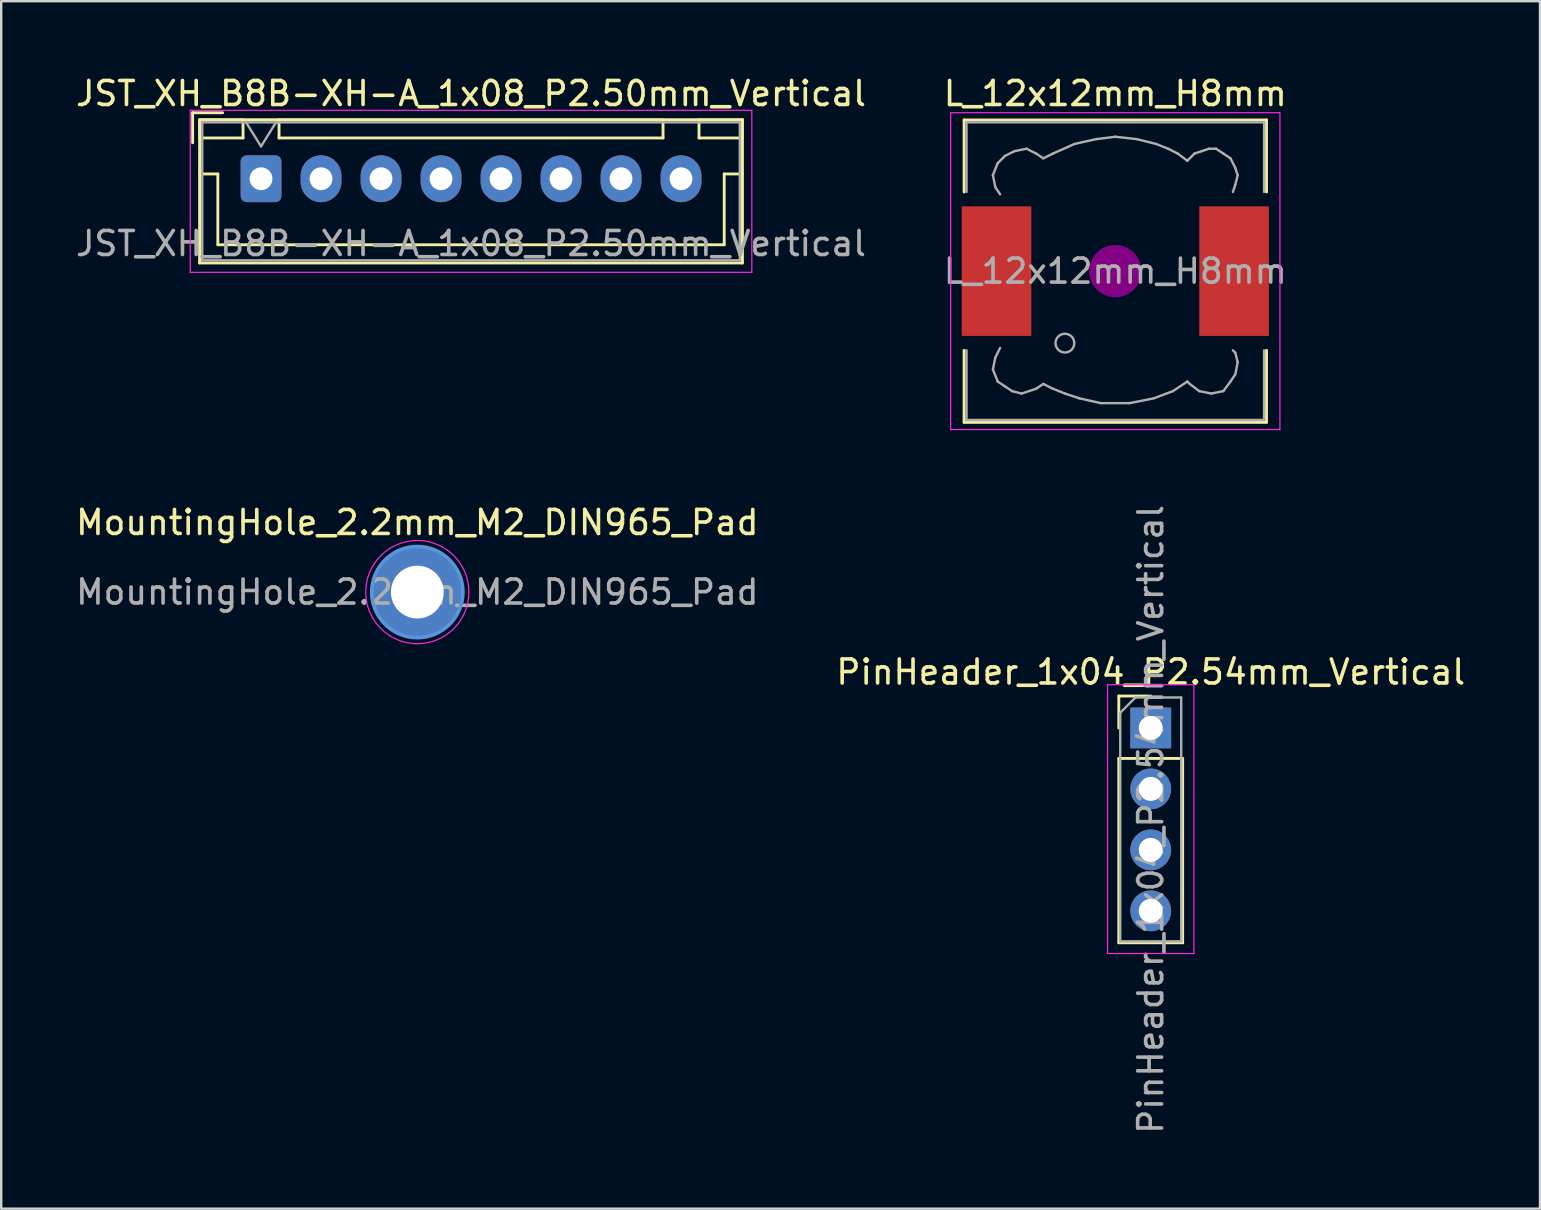
<source format=kicad_pcb>
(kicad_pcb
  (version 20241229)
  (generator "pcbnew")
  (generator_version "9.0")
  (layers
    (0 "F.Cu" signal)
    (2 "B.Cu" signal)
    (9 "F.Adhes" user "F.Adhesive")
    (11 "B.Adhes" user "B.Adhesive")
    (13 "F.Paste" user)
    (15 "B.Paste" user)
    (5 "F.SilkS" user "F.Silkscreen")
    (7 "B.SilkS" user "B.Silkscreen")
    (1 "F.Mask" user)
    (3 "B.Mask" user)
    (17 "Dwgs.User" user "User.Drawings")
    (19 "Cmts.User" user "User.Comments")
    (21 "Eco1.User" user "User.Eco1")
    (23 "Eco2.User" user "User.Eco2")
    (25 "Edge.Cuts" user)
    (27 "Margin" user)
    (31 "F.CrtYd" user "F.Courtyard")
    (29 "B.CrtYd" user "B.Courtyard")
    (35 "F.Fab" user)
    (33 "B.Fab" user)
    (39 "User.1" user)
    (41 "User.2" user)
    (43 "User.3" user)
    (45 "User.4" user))
  (footprint "PinHeader_1x04_P2.54mm_Vertical"
    (layer "F.Cu")
    (at 44.899 27.283)
    (property "Reference" "PinHeader_1x04_P2.54mm_Vertical" (at 0 -2.33 0) (layer "F.SilkS") (effects (font (size 1 1) (thickness 0.15))))
    (attr through_hole)
    (fp_line (start -1.33 -1.33) (end 0 -1.33) (stroke (width 0.12) (type solid)) (layer "F.SilkS"))
    (fp_line (start -1.33 0) (end -1.33 -1.33) (stroke (width 0.12) (type solid)) (layer "F.SilkS"))
    (fp_line (start -1.33 1.27) (end -1.33 8.95) (stroke (width 0.12) (type solid)) (layer "F.SilkS"))
    (fp_line (start -1.33 1.27) (end 1.33 1.27) (stroke (width 0.12) (type solid)) (layer "F.SilkS"))
    (fp_line (start -1.33 8.95) (end 1.33 8.95) (stroke (width 0.12) (type solid)) (layer "F.SilkS"))
    (fp_line (start 1.33 1.27) (end 1.33 8.95) (stroke (width 0.12) (type solid)) (layer "F.SilkS"))
    (fp_line (start -1.8 -1.8) (end -1.8 9.4) (stroke (width 0.05) (type solid)) (layer "F.CrtYd"))
    (fp_line (start -1.8 9.4) (end 1.8 9.4) (stroke (width 0.05) (type solid)) (layer "F.CrtYd"))
    (fp_line (start 1.8 -1.8) (end -1.8 -1.8) (stroke (width 0.05) (type solid)) (layer "F.CrtYd"))
    (fp_line (start 1.8 9.4) (end 1.8 -1.8) (stroke (width 0.05) (type solid)) (layer "F.CrtYd"))
    (fp_line (start -1.27 -0.635) (end -0.635 -1.27) (stroke (width 0.1) (type solid)) (layer "F.Fab"))
    (fp_line (start -1.27 8.89) (end -1.27 -0.635) (stroke (width 0.1) (type solid)) (layer "F.Fab"))
    (fp_line (start -0.635 -1.27) (end 1.27 -1.27) (stroke (width 0.1) (type solid)) (layer "F.Fab"))
    (fp_line (start 1.27 -1.27) (end 1.27 8.89) (stroke (width 0.1) (type solid)) (layer "F.Fab"))
    (fp_line (start 1.27 8.89) (end -1.27 8.89) (stroke (width 0.1) (type solid)) (layer "F.Fab"))
    (fp_text user "${REFERENCE}" (at 0 3.81 90) (layer "F.Fab") (effects (font (size 1 1) (thickness 0.15))))
    (pad "1" thru_hole rect (at 0 0) (size 1.7 1.7) (drill 1) (layers "*.Cu" "*.Mask"))
    (pad "2" thru_hole oval (at 0 2.54) (size 1.7 1.7) (drill 1) (layers "*.Cu" "*.Mask"))
    (pad "3" thru_hole oval (at 0 5.08) (size 1.7 1.7) (drill 1) (layers "*.Cu" "*.Mask"))
    (pad "4" thru_hole oval (at 0 7.62) (size 1.7 1.7) (drill 1) (layers "*.Cu" "*.Mask")))
  (footprint "MountingHole_2.2mm_M2_DIN965_Pad"
    (layer "F.Cu")
    (at 14.339 21.622)
    (property "Reference" "MountingHole_2.2mm_M2_DIN965_Pad" (at 0 -2.9 0) (layer "F.SilkS") (effects (font (size 1 1) (thickness 0.15))))
    (attr exclude_from_pos_files exclude_from_bom)
    (fp_circle (center 0 0) (end 1.9 0) (stroke (width 0.15) (type solid)) (fill no) (layer "Cmts.User"))
    (fp_circle (center 0 0) (end 2.15 0) (stroke (width 0.05) (type solid)) (fill no) (layer "F.CrtYd"))
    (fp_text user "${REFERENCE}" (at 0 0 0) (layer "F.Fab") (effects (font (size 1 1) (thickness 0.15))))
    (pad "1" thru_hole circle (at 0 0) (size 3.8 3.8) (drill 2.2) (layers "*.Cu" "*.Mask")))
  (footprint "JST_XH_B8B-XH-A_1x08_P2.50mm_Vertical"
    (layer "F.Cu")
    (at 7.827 4.398)
    (property "Reference" "JST_XH_B8B-XH-A_1x08_P2.50mm_Vertical" (at 8.75 -3.55 0) (layer "F.SilkS") (effects (font (size 1 1) (thickness 0.15))))
    (attr through_hole)
    (fp_line (start -2.85 -2.75) (end -2.85 -1.5) (stroke (width 0.12) (type solid)) (layer "F.SilkS"))
    (fp_line (start -2.56 -2.46) (end -2.56 3.51) (stroke (width 0.12) (type solid)) (layer "F.SilkS"))
    (fp_line (start -2.56 3.51) (end 20.06 3.51) (stroke (width 0.12) (type solid)) (layer "F.SilkS"))
    (fp_line (start -2.55 -2.45) (end -2.55 -1.7) (stroke (width 0.12) (type solid)) (layer "F.SilkS"))
    (fp_line (start -2.55 -1.7) (end -0.75 -1.7) (stroke (width 0.12) (type solid)) (layer "F.SilkS"))
    (fp_line (start -2.55 -0.2) (end -1.8 -0.2) (stroke (width 0.12) (type solid)) (layer "F.SilkS"))
    (fp_line (start -1.8 -0.2) (end -1.8 2.75) (stroke (width 0.12) (type solid)) (layer "F.SilkS"))
    (fp_line (start -1.8 2.75) (end 8.75 2.75) (stroke (width 0.12) (type solid)) (layer "F.SilkS"))
    (fp_line (start -1.6 -2.75) (end -2.85 -2.75) (stroke (width 0.12) (type solid)) (layer "F.SilkS"))
    (fp_line (start -0.75 -2.45) (end -2.55 -2.45) (stroke (width 0.12) (type solid)) (layer "F.SilkS"))
    (fp_line (start -0.75 -1.7) (end -0.75 -2.45) (stroke (width 0.12) (type solid)) (layer "F.SilkS"))
    (fp_line (start 0.75 -2.45) (end 0.75 -1.7) (stroke (width 0.12) (type solid)) (layer "F.SilkS"))
    (fp_line (start 0.75 -1.7) (end 16.75 -1.7) (stroke (width 0.12) (type solid)) (layer "F.SilkS"))
    (fp_line (start 16.75 -2.45) (end 0.75 -2.45) (stroke (width 0.12) (type solid)) (layer "F.SilkS"))
    (fp_line (start 16.75 -1.7) (end 16.75 -2.45) (stroke (width 0.12) (type solid)) (layer "F.SilkS"))
    (fp_line (start 18.25 -2.45) (end 18.25 -1.7) (stroke (width 0.12) (type solid)) (layer "F.SilkS"))
    (fp_line (start 18.25 -1.7) (end 20.05 -1.7) (stroke (width 0.12) (type solid)) (layer "F.SilkS"))
    (fp_line (start 19.3 -0.2) (end 19.3 2.75) (stroke (width 0.12) (type solid)) (layer "F.SilkS"))
    (fp_line (start 19.3 2.75) (end 8.75 2.75) (stroke (width 0.12) (type solid)) (layer "F.SilkS"))
    (fp_line (start 20.05 -2.45) (end 18.25 -2.45) (stroke (width 0.12) (type solid)) (layer "F.SilkS"))
    (fp_line (start 20.05 -1.7) (end 20.05 -2.45) (stroke (width 0.12) (type solid)) (layer "F.SilkS"))
    (fp_line (start 20.05 -0.2) (end 19.3 -0.2) (stroke (width 0.12) (type solid)) (layer "F.SilkS"))
    (fp_line (start 20.06 -2.46) (end -2.56 -2.46) (stroke (width 0.12) (type solid)) (layer "F.SilkS"))
    (fp_line (start 20.06 3.51) (end 20.06 -2.46) (stroke (width 0.12) (type solid)) (layer "F.SilkS"))
    (fp_line (start -2.95 -2.85) (end -2.95 3.9) (stroke (width 0.05) (type solid)) (layer "F.CrtYd"))
    (fp_line (start -2.95 3.9) (end 20.45 3.9) (stroke (width 0.05) (type solid)) (layer "F.CrtYd"))
    (fp_line (start 20.45 -2.85) (end -2.95 -2.85) (stroke (width 0.05) (type solid)) (layer "F.CrtYd"))
    (fp_line (start 20.45 3.9) (end 20.45 -2.85) (stroke (width 0.05) (type solid)) (layer "F.CrtYd"))
    (fp_line (start -2.45 -2.35) (end -2.45 3.4) (stroke (width 0.1) (type solid)) (layer "F.Fab"))
    (fp_line (start -2.45 3.4) (end 19.95 3.4) (stroke (width 0.1) (type solid)) (layer "F.Fab"))
    (fp_line (start -0.625 -2.35) (end 0 -1.35) (stroke (width 0.1) (type solid)) (layer "F.Fab"))
    (fp_line (start 0 -1.35) (end 0.625 -2.35) (stroke (width 0.1) (type solid)) (layer "F.Fab"))
    (fp_line (start 19.95 -2.35) (end -2.45 -2.35) (stroke (width 0.1) (type solid)) (layer "F.Fab"))
    (fp_line (start 19.95 3.4) (end 19.95 -2.35) (stroke (width 0.1) (type solid)) (layer "F.Fab"))
    (fp_text user "${REFERENCE}" (at 8.75 2.7 0) (layer "F.Fab") (effects (font (size 1 1) (thickness 0.15))))
    (pad "1" thru_hole roundrect (at 0 0) (size 1.7 1.95) (drill 0.95) (layers "*.Cu" "*.Mask") (roundrect_rratio 0.147))
    (pad "2" thru_hole oval (at 2.5 0) (size 1.7 1.95) (drill 0.95) (layers "*.Cu" "*.Mask"))
    (pad "3" thru_hole oval (at 5 0) (size 1.7 1.95) (drill 0.95) (layers "*.Cu" "*.Mask"))
    (pad "4" thru_hole oval (at 7.5 0) (size 1.7 1.95) (drill 0.95) (layers "*.Cu" "*.Mask"))
    (pad "5" thru_hole oval (at 10 0) (size 1.7 1.95) (drill 0.95) (layers "*.Cu" "*.Mask"))
    (pad "6" thru_hole oval (at 12.5 0) (size 1.7 1.95) (drill 0.95) (layers "*.Cu" "*.Mask"))
    (pad "7" thru_hole oval (at 15 0) (size 1.7 1.95) (drill 0.95) (layers "*.Cu" "*.Mask"))
    (pad "8" thru_hole oval (at 17.5 0) (size 1.7 1.95) (drill 0.95) (layers "*.Cu" "*.Mask")))
  (footprint "L_12x12mm_H8mm"
    (layer "F.Cu")
    (at 43.423 8.248)
    (property "Reference" "L_12x12mm_H8mm" (at 0 -7.4 0) (layer "F.SilkS") (effects (font (size 1 1) (thickness 0.15))))
    (attr smd)
    (fp_line (start -6.3 -6.3) (end 6.3 -6.3) (stroke (width 0.12) (type solid)) (layer "F.SilkS"))
    (fp_line (start -6.3 -3.3) (end -6.3 -6.3) (stroke (width 0.12) (type solid)) (layer "F.SilkS"))
    (fp_line (start -6.3 6.3) (end -6.3 3.3) (stroke (width 0.12) (type solid)) (layer "F.SilkS"))
    (fp_line (start 6.3 -6.3) (end 6.3 -3.3) (stroke (width 0.12) (type solid)) (layer "F.SilkS"))
    (fp_line (start 6.3 3.3) (end 6.3 6.3) (stroke (width 0.12) (type solid)) (layer "F.SilkS"))
    (fp_line (start 6.3 6.3) (end -6.3 6.3) (stroke (width 0.12) (type solid)) (layer "F.SilkS"))
    (fp_circle (center 0 0) (end 0.15 0.15) (stroke (width 0.38) (type solid)) (fill no) (layer "F.Adhes"))
    (fp_circle (center 0 0) (end 0.55 0) (stroke (width 0.38) (type solid)) (fill no) (layer "F.Adhes"))
    (fp_circle (center 0 0) (end 0.9 0) (stroke (width 0.38) (type solid)) (fill no) (layer "F.Adhes"))
    (fp_line (start -6.86 -6.6) (end 6.86 -6.6) (stroke (width 0.05) (type solid)) (layer "F.CrtYd"))
    (fp_line (start -6.86 6.6) (end -6.86 -6.6) (stroke (width 0.05) (type solid)) (layer "F.CrtYd"))
    (fp_line (start 6.86 -6.6) (end 6.86 6.6) (stroke (width 0.05) (type solid)) (layer "F.CrtYd"))
    (fp_line (start 6.86 6.6) (end -6.86 6.6) (stroke (width 0.05) (type solid)) (layer "F.CrtYd"))
    (fp_line (start -6.2 -6.2) (end -6.2 -3.3) (stroke (width 0.1) (type solid)) (layer "F.Fab"))
    (fp_line (start -6.2 3.3) (end -6.2 6.2) (stroke (width 0.1) (type solid)) (layer "F.Fab"))
    (fp_line (start -6.2 6.2) (end 6.2 6.2) (stroke (width 0.1) (type solid)) (layer "F.Fab"))
    (fp_line (start -5.1 -4) (end -5 -3.5) (stroke (width 0.1) (type solid)) (layer "F.Fab"))
    (fp_line (start -5.1 4.1) (end -5 3.6) (stroke (width 0.1) (type solid)) (layer "F.Fab"))
    (fp_line (start -5 -3.5) (end -4.8 -3.2) (stroke (width 0.1) (type solid)) (layer "F.Fab"))
    (fp_line (start -5 3.6) (end -4.8 3.2) (stroke (width 0.1) (type solid)) (layer "F.Fab"))
    (fp_line (start -4.9 -4.5) (end -5.1 -4) (stroke (width 0.1) (type solid)) (layer "F.Fab"))
    (fp_line (start -4.9 4.6) (end -5.1 4.1) (stroke (width 0.1) (type solid)) (layer "F.Fab"))
    (fp_line (start -4.6 -4.8) (end -4.9 -4.5) (stroke (width 0.1) (type solid)) (layer "F.Fab"))
    (fp_line (start -4.6 4.8) (end -4.9 4.6) (stroke (width 0.1) (type solid)) (layer "F.Fab"))
    (fp_line (start -4.3 5) (end -4.6 4.8) (stroke (width 0.1) (type solid)) (layer "F.Fab"))
    (fp_line (start -4.2 -5) (end -4.6 -4.8) (stroke (width 0.1) (type solid)) (layer "F.Fab"))
    (fp_line (start -3.9 5.1) (end -4.3 5) (stroke (width 0.1) (type solid)) (layer "F.Fab"))
    (fp_line (start -3.7 -5.1) (end -4.2 -5) (stroke (width 0.1) (type solid)) (layer "F.Fab"))
    (fp_line (start -3.3 -4.9) (end -3.7 -5.1) (stroke (width 0.1) (type solid)) (layer "F.Fab"))
    (fp_line (start -3.3 4.9) (end -3.9 5.1) (stroke (width 0.1) (type solid)) (layer "F.Fab"))
    (fp_line (start -3 -4.7) (end -3.3 -4.9) (stroke (width 0.1) (type solid)) (layer "F.Fab"))
    (fp_line (start -3 4.7) (end -3.3 4.9) (stroke (width 0.1) (type solid)) (layer "F.Fab"))
    (fp_line (start -2.6 -4.9) (end -3 -4.7) (stroke (width 0.1) (type solid)) (layer "F.Fab"))
    (fp_line (start -2.6 4.9) (end -3 4.7) (stroke (width 0.1) (type solid)) (layer "F.Fab"))
    (fp_line (start -2.1 5.1) (end -2.6 4.9) (stroke (width 0.1) (type solid)) (layer "F.Fab"))
    (fp_line (start -1.7 -5.3) (end -2.6 -4.9) (stroke (width 0.1) (type solid)) (layer "F.Fab"))
    (fp_line (start -1.5 5.3) (end -2.1 5.1) (stroke (width 0.1) (type solid)) (layer "F.Fab"))
    (fp_line (start -0.8 -5.5) (end -1.7 -5.3) (stroke (width 0.1) (type solid)) (layer "F.Fab"))
    (fp_line (start -0.6 5.5) (end -1.5 5.3) (stroke (width 0.1) (type solid)) (layer "F.Fab"))
    (fp_line (start 0 -5.6) (end -0.8 -5.5) (stroke (width 0.1) (type solid)) (layer "F.Fab"))
    (fp_line (start 0.6 5.5) (end -0.6 5.5) (stroke (width 0.1) (type solid)) (layer "F.Fab"))
    (fp_line (start 0.9 -5.5) (end 0 -5.6) (stroke (width 0.1) (type solid)) (layer "F.Fab"))
    (fp_line (start 1.6 5.3) (end 0.6 5.5) (stroke (width 0.1) (type solid)) (layer "F.Fab"))
    (fp_line (start 1.7 -5.3) (end 0.9 -5.5) (stroke (width 0.1) (type solid)) (layer "F.Fab"))
    (fp_line (start 2.2 -5.1) (end 1.7 -5.3) (stroke (width 0.1) (type solid)) (layer "F.Fab"))
    (fp_line (start 2.4 5) (end 1.6 5.3) (stroke (width 0.1) (type solid)) (layer "F.Fab"))
    (fp_line (start 2.6 -4.9) (end 2.2 -5.1) (stroke (width 0.1) (type solid)) (layer "F.Fab"))
    (fp_line (start 3 -4.6) (end 2.6 -4.9) (stroke (width 0.1) (type solid)) (layer "F.Fab"))
    (fp_line (start 3 4.6) (end 2.4 5) (stroke (width 0.1) (type solid)) (layer "F.Fab"))
    (fp_line (start 3.1 4.7) (end 3 4.6) (stroke (width 0.1) (type solid)) (layer "F.Fab"))
    (fp_line (start 3.3 -4.9) (end 3 -4.6) (stroke (width 0.1) (type solid)) (layer "F.Fab"))
    (fp_line (start 3.5 5) (end 3.1 4.7) (stroke (width 0.1) (type solid)) (layer "F.Fab"))
    (fp_line (start 3.6 -5) (end 3.3 -4.9) (stroke (width 0.1) (type solid)) (layer "F.Fab"))
    (fp_line (start 3.9 -5.1) (end 3.6 -5) (stroke (width 0.1) (type solid)) (layer "F.Fab"))
    (fp_line (start 4 5.1) (end 3.5 5) (stroke (width 0.1) (type solid)) (layer "F.Fab"))
    (fp_line (start 4.2 -5.1) (end 3.9 -5.1) (stroke (width 0.1) (type solid)) (layer "F.Fab"))
    (fp_line (start 4.5 -4.9) (end 4.2 -5.1) (stroke (width 0.1) (type solid)) (layer "F.Fab"))
    (fp_line (start 4.5 5) (end 4 5.1) (stroke (width 0.1) (type solid)) (layer "F.Fab"))
    (fp_line (start 4.8 -4.7) (end 4.5 -4.9) (stroke (width 0.1) (type solid)) (layer "F.Fab"))
    (fp_line (start 4.8 4.6) (end 4.5 5) (stroke (width 0.1) (type solid)) (layer "F.Fab"))
    (fp_line (start 4.9 -3.3) (end 5 -3.6) (stroke (width 0.1) (type solid)) (layer "F.Fab"))
    (fp_line (start 4.9 3.3) (end 5 3.4) (stroke (width 0.1) (type solid)) (layer "F.Fab"))
    (fp_line (start 5 -4.3) (end 4.8 -4.7) (stroke (width 0.1) (type solid)) (layer "F.Fab"))
    (fp_line (start 5 -3.6) (end 5.1 -4) (stroke (width 0.1) (type solid)) (layer "F.Fab"))
    (fp_line (start 5 3.4) (end 5.1 3.8) (stroke (width 0.1) (type solid)) (layer "F.Fab"))
    (fp_line (start 5 4.3) (end 4.8 4.6) (stroke (width 0.1) (type solid)) (layer "F.Fab"))
    (fp_line (start 5.1 -4) (end 5 -4.3) (stroke (width 0.1) (type solid)) (layer "F.Fab"))
    (fp_line (start 5.1 3.8) (end 5 4.3) (stroke (width 0.1) (type solid)) (layer "F.Fab"))
    (fp_line (start 6.2 -6.2) (end -6.2 -6.2) (stroke (width 0.1) (type solid)) (layer "F.Fab"))
    (fp_line (start 6.2 -6.2) (end 6.2 -3.3) (stroke (width 0.1) (type solid)) (layer "F.Fab"))
    (fp_line (start 6.2 6.2) (end 6.2 3.3) (stroke (width 0.1) (type solid)) (layer "F.Fab"))
    (fp_circle (center -2.1 3) (end -1.8 3.25) (stroke (width 0.1) (type solid)) (fill no) (layer "F.Fab"))
    (fp_text user "${REFERENCE}" (at 0 0 0) (layer "F.Fab") (effects (font (size 1 1) (thickness 0.15))))
    (pad "1" smd rect (at -4.95 0) (size 2.9 5.4) (layers "F.Cu" "F.Mask" "F.Paste"))
    (pad "2" smd rect (at 4.95 0) (size 2.9 5.4) (layers "F.Cu" "F.Mask" "F.Paste")))
  (gr_rect
    (start -3 -3)
    (end 61.119 47.314)
    (stroke (width 0.1) (type default))
    (fill no)
    (layer "Edge.Cuts")))
</source>
